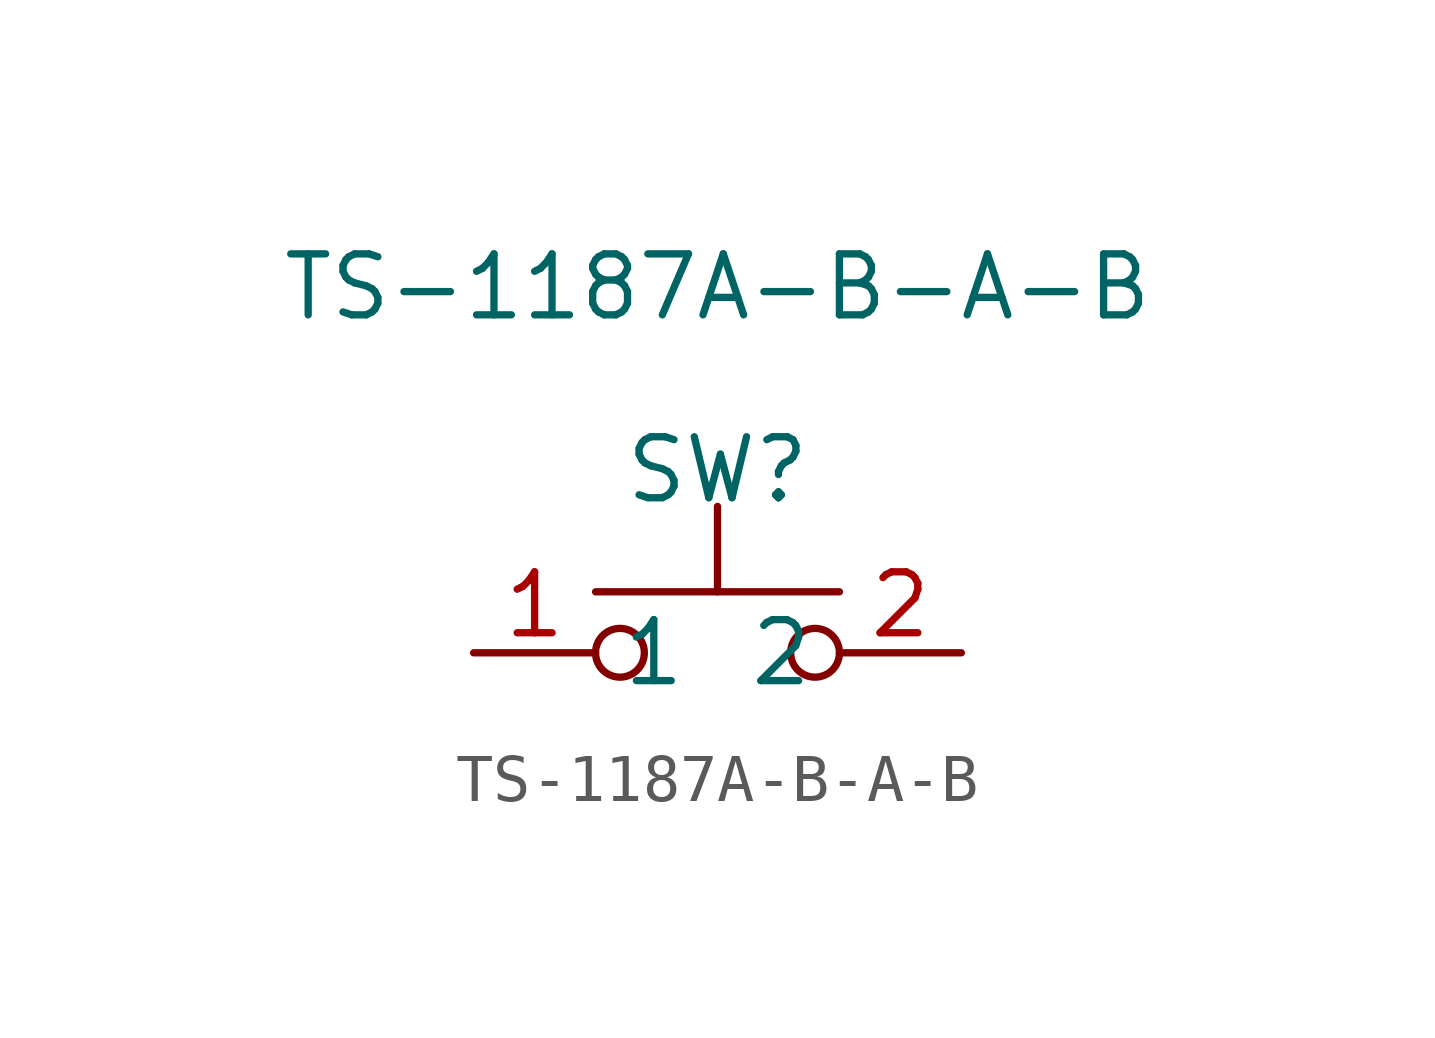
<source format=kicad_sym>
(kicad_symbol_lib
  (version 20211014)
  (generator kicad_symbol_editor)
  (symbol "TS-1187A-B-A-B"
    (property "Reference" "SW"
      (at 0 0 0)
      (effects (font (size 1.27 1.27))))
    (property "Value" "TS-1187A-B-A-B"
      (at 0 3.81 0)
      (effects (font (size 1.27 1.27))))
    (symbol "TS-1187A-B-A-B_0_1"
      (circle (center -2.032 -3.81) (radius 0.508) (stroke (width 0) (type default) (color 0 0 0 0)) (fill (type none)))
      (polyline (pts (xy 0 -2.54) (xy 0 -0.762)) (stroke (width 0) (type default) (color 0 0 0 0)) (fill (type none)))
      (polyline (pts (xy 2.54 -2.54) (xy -2.54 -2.54)) (stroke (width 0) (type default) (color 0 0 0 0)) (fill (type none)))
      (circle (center 2.032 -3.81) (radius 0.508) (stroke (width 0) (type default) (color 0 0 0 0)) (fill (type none)))
      (pin passive line (at -5.08 -3.81 0) (length 2.54) (name "1" (effects (font (size 1.27 1.27)))) (number "1" (effects (font (size 1.27 1.27)))))
      (pin passive line (at 5.08 -3.81 180) (length 2.54) (name "2" (effects (font (size 1.27 1.27)))) (number "2" (effects (font (size 1.27 1.27))))))))
</source>
